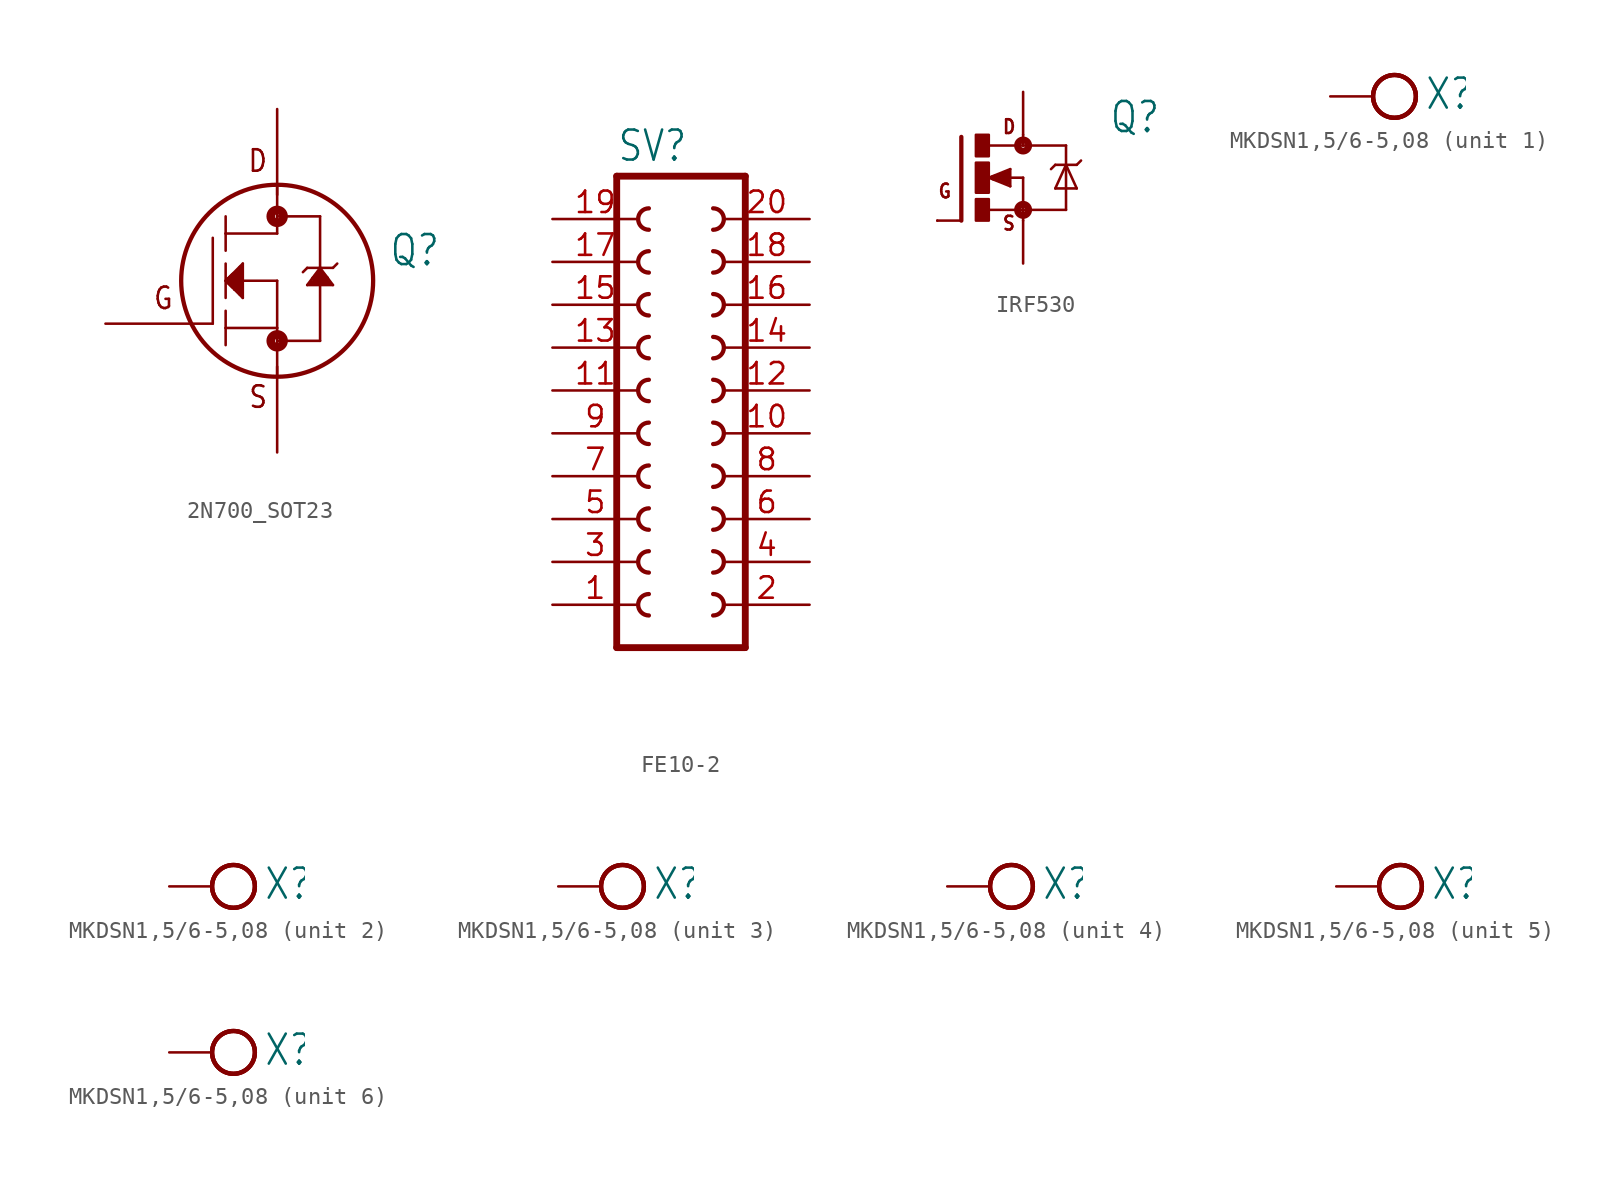
<source format=kicad_sym>
(kicad_symbol_lib
  (version 20220914)
  (generator kicad_symbol_editor)
  (symbol "2N700_SOT23"
    (property "Reference" "Q"
      (at 6.604 0.762 0)
      (effects (font (size 1.778 1.511)) (justify left bottom)))
    (property "Value" ""
      (at 6.604 -1.524 0)
      (effects (font (size 1.778 1.511)) (justify left bottom)))
    (property "ki_locked" ""
      (at 0 0 0)
      (effects (font (size 1.27 1.27))))
    (symbol "2N700_SOT23_1_0"
      (circle (center 0 -3.556) (radius 0.127) (stroke (width 0.508) (type solid)) (fill (type none)))
      (polyline (pts (xy -5.08 -2.54) (xy -3.81 -2.54)) (stroke (width 0.152) (type solid)) (fill (type none)))
      (polyline (pts (xy -3.81 -2.54) (xy -3.81 2.54)) (stroke (width 0.152) (type solid)) (fill (type none)))
      (polyline (pts (xy -3.048 -2.794) (xy -3.048 -3.81)) (stroke (width 0.152) (type solid)) (fill (type none)))
      (polyline (pts (xy -3.048 -2.794) (xy 0 -2.794)) (stroke (width 0.152) (type solid)) (fill (type none)))
      (polyline (pts (xy -3.048 -1.778) (xy -3.048 -2.794)) (stroke (width 0.152) (type solid)) (fill (type none)))
      (polyline (pts (xy -3.048 0) (xy -3.048 -1.016)) (stroke (width 0.152) (type solid)) (fill (type none)))
      (polyline (pts (xy -3.048 0) (xy -2.032 1.016)) (stroke (width 0.152) (type solid)) (fill (type none)))
      (polyline (pts (xy -3.048 1.016) (xy -3.048 0)) (stroke (width 0.152) (type solid)) (fill (type none)))
      (polyline (pts (xy -3.048 1.778) (xy -3.048 2.794)) (stroke (width 0.152) (type solid)) (fill (type none)))
      (polyline (pts (xy -3.048 2.794) (xy -3.048 3.81)) (stroke (width 0.152) (type solid)) (fill (type none)))
      (polyline (pts (xy -3.048 2.794) (xy 0 2.794)) (stroke (width 0.152) (type solid)) (fill (type none)))
      (polyline (pts (xy -2.794 0) (xy -2.54 0.254)) (stroke (width 0.508) (type solid)) (fill (type none)))
      (polyline (pts (xy -2.54 -0.508) (xy -3.048 0)) (stroke (width 0.152) (type solid)) (fill (type none)))
      (polyline (pts (xy -2.54 -0.508) (xy -2.54 -0.254)) (stroke (width 0.152) (type solid)) (fill (type none)))
      (polyline (pts (xy -2.54 -0.254) (xy -2.794 0)) (stroke (width 0.508) (type solid)) (fill (type none)))
      (polyline (pts (xy -2.413 0.381) (xy -2.413 -0.381)) (stroke (width 0.381) (type solid)) (fill (type none)))
      (polyline (pts (xy -2.286 0.508) (xy -2.286 -0.508)) (stroke (width 0.305) (type solid)) (fill (type none)))
      (polyline (pts (xy -2.159 -0.762) (xy -2.159 0.762)) (stroke (width 0.305) (type solid)) (fill (type none)))
      (polyline (pts (xy -2.032 -1.016) (xy -2.54 -0.508)) (stroke (width 0.152) (type solid)) (fill (type none)))
      (polyline (pts (xy -2.032 0) (xy -2.032 -1.016)) (stroke (width 0.152) (type solid)) (fill (type none)))
      (polyline (pts (xy -2.032 0) (xy 0 0)) (stroke (width 0.152) (type solid)) (fill (type none)))
      (polyline (pts (xy -2.032 1.016) (xy -2.032 0)) (stroke (width 0.152) (type solid)) (fill (type none)))
      (polyline (pts (xy 0 -3.556) (xy 0 -5.588)) (stroke (width 0.152) (type solid)) (fill (type none)))
      (polyline (pts (xy 0 -2.794) (xy 0 -3.556)) (stroke (width 0.152) (type solid)) (fill (type none)))
      (polyline (pts (xy 0 0) (xy 0 -2.794)) (stroke (width 0.152) (type solid)) (fill (type none)))
      (polyline (pts (xy 0 2.794) (xy 0 3.81)) (stroke (width 0.152) (type solid)) (fill (type none)))
      (polyline (pts (xy 0 3.81) (xy 0 5.588)) (stroke (width 0.152) (type solid)) (fill (type none)))
      (polyline (pts (xy 0 3.81) (xy 2.54 3.81)) (stroke (width 0.152) (type solid)) (fill (type none)))
      (polyline (pts (xy 1.778 -0.254) (xy 3.302 -0.254)) (stroke (width 0.152) (type solid)) (fill (type none)))
      (polyline (pts (xy 1.778 0.762) (xy 1.524 0.508)) (stroke (width 0.152) (type solid)) (fill (type none)))
      (polyline (pts (xy 2.159 0.127) (xy 2.54 0.127)) (stroke (width 0.305) (type solid)) (fill (type none)))
      (polyline (pts (xy 2.286 0.254) (xy 2.413 0.381)) (stroke (width 0.305) (type solid)) (fill (type none)))
      (polyline (pts (xy 2.54 -3.556) (xy 0 -3.556)) (stroke (width 0.152) (type solid)) (fill (type none)))
      (polyline (pts (xy 2.54 -0.127) (xy 2.032 -0.127)) (stroke (width 0.305) (type solid)) (fill (type none)))
      (polyline (pts (xy 2.54 -0.127) (xy 2.54 -3.556)) (stroke (width 0.152) (type solid)) (fill (type none)))
      (polyline (pts (xy 2.54 -0.127) (xy 3.048 -0.127)) (stroke (width 0.305) (type solid)) (fill (type none)))
      (polyline (pts (xy 2.54 0.127) (xy 2.54 -0.127)) (stroke (width 0.203) (type solid)) (fill (type none)))
      (polyline (pts (xy 2.54 0.127) (xy 2.921 0.127)) (stroke (width 0.305) (type solid)) (fill (type none)))
      (polyline (pts (xy 2.54 0.508) (xy 2.54 0.127)) (stroke (width 0.305) (type solid)) (fill (type none)))
      (polyline (pts (xy 2.54 0.762) (xy 1.778 -0.254)) (stroke (width 0.152) (type solid)) (fill (type none)))
      (polyline (pts (xy 2.54 0.762) (xy 1.778 0.762)) (stroke (width 0.152) (type solid)) (fill (type none)))
      (polyline (pts (xy 2.54 0.762) (xy 2.54 0.508)) (stroke (width 0.203) (type solid)) (fill (type none)))
      (polyline (pts (xy 2.54 0.762) (xy 3.302 0.762)) (stroke (width 0.152) (type solid)) (fill (type none)))
      (polyline (pts (xy 2.54 3.81) (xy 2.54 0.762)) (stroke (width 0.152) (type solid)) (fill (type none)))
      (polyline (pts (xy 2.921 0.127) (xy 2.54 0.508)) (stroke (width 0.305) (type solid)) (fill (type none)))
      (polyline (pts (xy 3.302 -0.254) (xy 2.54 0.762)) (stroke (width 0.152) (type solid)) (fill (type none)))
      (polyline (pts (xy 3.302 0.762) (xy 3.556 1.016)) (stroke (width 0.152) (type solid)) (fill (type none)))
      (circle (center 0 0) (radius 5.68) (stroke (width 0.254) (type solid)) (fill (type none)))
      (circle (center 0 3.81) (radius 0.127) (stroke (width 0.508) (type solid)) (fill (type none)))
      (text "D" (at -0.508 6.35 0) (effects (font (size 1.27 1.079)) (justify right bottom)))
      (text "G" (at -6.096 -1.778 0) (effects (font (size 1.27 1.079)) (justify right bottom)))
      (text "S" (at -0.508 -7.62 0) (effects (font (size 1.27 1.079)) (justify right bottom)))
      (pin tri_state line (at -10.16 -2.54 0) (length 5.08) (name "G" (effects (font (size 0 0)))) (number "1" (effects (font (size 0 0)))))
      (pin bidirectional line (at 0 -10.16 90) (length 5.08) (name "S" (effects (font (size 0 0)))) (number "2" (effects (font (size 0 0)))))
      (pin bidirectional line (at 0 10.16 270) (length 5.08) (name "D" (effects (font (size 0 0)))) (number "3" (effects (font (size 0 0)))))))
  (symbol "FE10-2"
    (property "Reference" "SV"
      (at -3.81 16.002 0)
      (effects (font (size 1.778 1.511)) (justify left bottom)))
    (property "Value" ""
      (at -3.81 -15.24 0)
      (effects (font (size 1.778 1.511)) (justify left bottom)))
    (property "ki_locked" ""
      (at 0 0 0)
      (effects (font (size 1.27 1.27))))
    (symbol "FE10-2_1_0"
      (arc (start -1.905 -9.525) (mid -2.54 -10.16) (end -1.905 -10.795) (stroke (width 0.254) (type solid)) (fill (type none)))
      (arc (start -1.905 -6.985) (mid -2.54 -7.62) (end -1.905 -8.255) (stroke (width 0.254) (type solid)) (fill (type none)))
      (arc (start -1.905 -4.445) (mid -2.54 -5.08) (end -1.905 -5.715) (stroke (width 0.254) (type solid)) (fill (type none)))
      (arc (start -1.905 -1.905) (mid -2.54 -2.54) (end -1.905 -3.175) (stroke (width 0.254) (type solid)) (fill (type none)))
      (arc (start -1.905 0.635) (mid -2.54 0) (end -1.905 -0.635) (stroke (width 0.254) (type solid)) (fill (type none)))
      (arc (start -1.905 3.175) (mid -2.54 2.54) (end -1.905 1.905) (stroke (width 0.254) (type solid)) (fill (type none)))
      (arc (start -1.905 5.715) (mid -2.54 5.08) (end -1.905 4.445) (stroke (width 0.254) (type solid)) (fill (type none)))
      (arc (start -1.905 8.255) (mid -2.54 7.62) (end -1.905 6.985) (stroke (width 0.254) (type solid)) (fill (type none)))
      (arc (start -1.905 10.795) (mid -2.54 10.16) (end -1.905 9.525) (stroke (width 0.254) (type solid)) (fill (type none)))
      (arc (start -1.905 13.335) (mid -2.54 12.7) (end -1.905 12.065) (stroke (width 0.254) (type solid)) (fill (type none)))
      (polyline (pts (xy -3.81 15.24) (xy -3.81 -12.7)) (stroke (width 0.406) (type solid)) (fill (type none)))
      (polyline (pts (xy -3.81 15.24) (xy 3.81 15.24)) (stroke (width 0.406) (type solid)) (fill (type none)))
      (polyline (pts (xy 3.81 -12.7) (xy -3.81 -12.7)) (stroke (width 0.406) (type solid)) (fill (type none)))
      (polyline (pts (xy 3.81 -12.7) (xy 3.81 15.24)) (stroke (width 0.406) (type solid)) (fill (type none)))
      (arc (start 1.905 -10.795) (mid 2.54 -10.16) (end 1.905 -9.525) (stroke (width 0.254) (type solid)) (fill (type none)))
      (arc (start 1.905 -8.255) (mid 2.54 -7.62) (end 1.905 -6.985) (stroke (width 0.254) (type solid)) (fill (type none)))
      (arc (start 1.905 -5.715) (mid 2.54 -5.08) (end 1.905 -4.445) (stroke (width 0.254) (type solid)) (fill (type none)))
      (arc (start 1.905 -3.175) (mid 2.54 -2.54) (end 1.905 -1.905) (stroke (width 0.254) (type solid)) (fill (type none)))
      (arc (start 1.905 -0.635) (mid 2.54 0) (end 1.905 0.635) (stroke (width 0.254) (type solid)) (fill (type none)))
      (arc (start 1.905 1.905) (mid 2.54 2.54) (end 1.905 3.175) (stroke (width 0.254) (type solid)) (fill (type none)))
      (arc (start 1.905 4.445) (mid 2.54 5.08) (end 1.905 5.715) (stroke (width 0.254) (type solid)) (fill (type none)))
      (arc (start 1.905 6.985) (mid 2.54 7.62) (end 1.905 8.255) (stroke (width 0.254) (type solid)) (fill (type none)))
      (arc (start 1.905 9.525) (mid 2.54 10.16) (end 1.905 10.795) (stroke (width 0.254) (type solid)) (fill (type none)))
      (arc (start 1.905 12.065) (mid 2.54 12.7) (end 1.905 13.335) (stroke (width 0.254) (type solid)) (fill (type none)))
      (pin passive line (at -7.62 -10.16 0) (length 5.08) (name "1" (effects (font (size 0 0)))) (number "1" (effects (font (size 1.27 1.27)))))
      (pin passive line (at 7.62 0 180) (length 5.08) (name "10" (effects (font (size 0 0)))) (number "10" (effects (font (size 1.27 1.27)))))
      (pin passive line (at -7.62 2.54 0) (length 5.08) (name "11" (effects (font (size 0 0)))) (number "11" (effects (font (size 1.27 1.27)))))
      (pin passive line (at 7.62 2.54 180) (length 5.08) (name "12" (effects (font (size 0 0)))) (number "12" (effects (font (size 1.27 1.27)))))
      (pin passive line (at -7.62 5.08 0) (length 5.08) (name "13" (effects (font (size 0 0)))) (number "13" (effects (font (size 1.27 1.27)))))
      (pin passive line (at 7.62 5.08 180) (length 5.08) (name "14" (effects (font (size 0 0)))) (number "14" (effects (font (size 1.27 1.27)))))
      (pin passive line (at -7.62 7.62 0) (length 5.08) (name "15" (effects (font (size 0 0)))) (number "15" (effects (font (size 1.27 1.27)))))
      (pin passive line (at 7.62 7.62 180) (length 5.08) (name "16" (effects (font (size 0 0)))) (number "16" (effects (font (size 1.27 1.27)))))
      (pin passive line (at -7.62 10.16 0) (length 5.08) (name "17" (effects (font (size 0 0)))) (number "17" (effects (font (size 1.27 1.27)))))
      (pin passive line (at 7.62 10.16 180) (length 5.08) (name "18" (effects (font (size 0 0)))) (number "18" (effects (font (size 1.27 1.27)))))
      (pin passive line (at -7.62 12.7 0) (length 5.08) (name "19" (effects (font (size 0 0)))) (number "19" (effects (font (size 1.27 1.27)))))
      (pin passive line (at 7.62 -10.16 180) (length 5.08) (name "2" (effects (font (size 0 0)))) (number "2" (effects (font (size 1.27 1.27)))))
      (pin passive line (at 7.62 12.7 180) (length 5.08) (name "20" (effects (font (size 0 0)))) (number "20" (effects (font (size 1.27 1.27)))))
      (pin passive line (at -7.62 -7.62 0) (length 5.08) (name "3" (effects (font (size 0 0)))) (number "3" (effects (font (size 1.27 1.27)))))
      (pin passive line (at 7.62 -7.62 180) (length 5.08) (name "4" (effects (font (size 0 0)))) (number "4" (effects (font (size 1.27 1.27)))))
      (pin passive line (at -7.62 -5.08 0) (length 5.08) (name "5" (effects (font (size 0 0)))) (number "5" (effects (font (size 1.27 1.27)))))
      (pin passive line (at 7.62 -5.08 180) (length 5.08) (name "6" (effects (font (size 0 0)))) (number "6" (effects (font (size 1.27 1.27)))))
      (pin passive line (at -7.62 -2.54 0) (length 5.08) (name "7" (effects (font (size 0 0)))) (number "7" (effects (font (size 1.27 1.27)))))
      (pin passive line (at 7.62 -2.54 180) (length 5.08) (name "8" (effects (font (size 0 0)))) (number "8" (effects (font (size 1.27 1.27)))))
      (pin passive line (at -7.62 0 0) (length 5.08) (name "9" (effects (font (size 0 0)))) (number "9" (effects (font (size 1.27 1.27)))))))
  (symbol "IRF530"
    (property "Reference" "Q"
      (at 7.62 2.54 0)
      (effects (font (size 1.778 1.511)) (justify left bottom)))
    (property "Value" ""
      (at 7.62 0 0)
      (effects (font (size 1.778 1.511)) (justify left bottom)))
    (property "ki_locked" ""
      (at 0 0 0)
      (effects (font (size 1.27 1.27))))
    (symbol "IRF530_1_0"
      (rectangle (start -0.254 -2.54) (end 0.508 -1.27) (stroke (width 0) (type default)) (fill (type outline)))
      (rectangle (start -0.254 -0.889) (end 0.508 0.889) (stroke (width 0) (type default)) (fill (type outline)))
      (rectangle (start -0.254 1.27) (end 0.508 2.54) (stroke (width 0) (type default)) (fill (type outline)))
      (polyline (pts (xy -1.118 -2.54) (xy -2.54 -2.54)) (stroke (width 0.152) (type solid)) (fill (type none)))
      (polyline (pts (xy -1.118 2.413) (xy -1.118 -2.54)) (stroke (width 0.254) (type solid)) (fill (type none)))
      (polyline (pts (xy 0.508 -1.905) (xy 2.54 -1.905)) (stroke (width 0.152) (type solid)) (fill (type none)))
      (polyline (pts (xy 0.508 0) (xy 1.778 -0.508)) (stroke (width 0.152) (type solid)) (fill (type none)))
      (polyline (pts (xy 0.762 0) (xy 1.651 -0.254)) (stroke (width 0.305) (type solid)) (fill (type none)))
      (polyline (pts (xy 1.651 -0.254) (xy 1.651 0)) (stroke (width 0.305) (type solid)) (fill (type none)))
      (polyline (pts (xy 1.651 0) (xy 1.397 0)) (stroke (width 0.305) (type solid)) (fill (type none)))
      (polyline (pts (xy 1.651 0) (xy 2.54 0)) (stroke (width 0.152) (type solid)) (fill (type none)))
      (polyline (pts (xy 1.651 0.254) (xy 0.762 0)) (stroke (width 0.305) (type solid)) (fill (type none)))
      (polyline (pts (xy 1.778 -0.508) (xy 1.778 0.508)) (stroke (width 0.152) (type solid)) (fill (type none)))
      (polyline (pts (xy 1.778 0.508) (xy 0.508 0)) (stroke (width 0.152) (type solid)) (fill (type none)))
      (polyline (pts (xy 2.54 -1.905) (xy 2.54 -2.54)) (stroke (width 0.152) (type solid)) (fill (type none)))
      (polyline (pts (xy 2.54 0) (xy 2.54 -1.905)) (stroke (width 0.152) (type solid)) (fill (type none)))
      (polyline (pts (xy 2.54 1.905) (xy 0.533 1.905)) (stroke (width 0.152) (type solid)) (fill (type none)))
      (polyline (pts (xy 2.54 1.905) (xy 5.08 1.905)) (stroke (width 0.152) (type solid)) (fill (type none)))
      (polyline (pts (xy 2.54 2.54) (xy 2.54 1.905)) (stroke (width 0.152) (type solid)) (fill (type none)))
      (polyline (pts (xy 4.445 -0.635) (xy 5.715 -0.635)) (stroke (width 0.152) (type solid)) (fill (type none)))
      (polyline (pts (xy 4.445 0.762) (xy 4.191 0.508)) (stroke (width 0.152) (type solid)) (fill (type none)))
      (polyline (pts (xy 4.445 0.762) (xy 5.08 0.762)) (stroke (width 0.152) (type solid)) (fill (type none)))
      (polyline (pts (xy 5.08 -1.905) (xy 2.54 -1.905)) (stroke (width 0.152) (type solid)) (fill (type none)))
      (polyline (pts (xy 5.08 0.762) (xy 4.445 -0.635)) (stroke (width 0.152) (type solid)) (fill (type none)))
      (polyline (pts (xy 5.08 0.762) (xy 5.08 -1.905)) (stroke (width 0.152) (type solid)) (fill (type none)))
      (polyline (pts (xy 5.08 0.762) (xy 5.715 0.762)) (stroke (width 0.152) (type solid)) (fill (type none)))
      (polyline (pts (xy 5.08 1.905) (xy 5.08 0.762)) (stroke (width 0.152) (type solid)) (fill (type none)))
      (polyline (pts (xy 5.715 -0.635) (xy 5.08 0.762)) (stroke (width 0.152) (type solid)) (fill (type none)))
      (polyline (pts (xy 5.715 0.762) (xy 5.969 1.016)) (stroke (width 0.152) (type solid)) (fill (type none)))
      (circle (center 2.54 -1.905) (radius 0.127) (stroke (width 0.406) (type solid)) (fill (type none)))
      (circle (center 2.54 1.905) (radius 0.127) (stroke (width 0.406) (type solid)) (fill (type none)))
      (text "D" (at 1.27 2.54 0) (effects (font (size 0.813 0.691)) (justify left bottom)))
      (text "G" (at -2.54 -1.27 0) (effects (font (size 0.813 0.691)) (justify left bottom)))
      (text "S" (at 1.27 -3.175 0) (effects (font (size 0.813 0.691)) (justify left bottom)))
      (pin passive line (at 2.54 5.08 270) (length 2.54) (name "D" (effects (font (size 0 0)))) (number "D" (effects (font (size 0 0)))))
      (pin passive line (at -2.54 -2.54 0) (length 0) (name "G" (effects (font (size 0 0)))) (number "G" (effects (font (size 0 0)))))
      (pin passive line (at 2.54 -5.08 90) (length 2.54) (name "S" (effects (font (size 0 0)))) (number "S" (effects (font (size 0 0)))))))
  (symbol "MKDSN1,5/6-5,08"
    (property "Reference" "X"
      (at 3.048 -0.889 0)
      (effects (font (size 1.778 1.511)) (justify left bottom)))
    (property "ki_locked" ""
      (at 0 0 0)
      (effects (font (size 1.27 1.27))))
    (symbol "MKDSN1,5/6-5,08_1_0"
      (circle (center 1.27 0) (radius 1.27) (stroke (width 0.254) (type solid)) (fill (type none)))
      (circle (center 1.27 0) (radius 1.27) (stroke (width 0.254) (type solid)) (fill (type none)))
      (circle (center 1.27 0) (radius 1.27) (stroke (width 0.254) (type solid)) (fill (type none)))
      (pin passive line (at -2.54 0 0) (length 2.54) (name "KL" (effects (font (size 0 0)))) (number "1" (effects (font (size 0 0))))))
    (symbol "MKDSN1,5/6-5,08_2_0"
      (circle (center 1.27 0) (radius 1.27) (stroke (width 0.254) (type solid)) (fill (type none)))
      (circle (center 1.27 0) (radius 1.27) (stroke (width 0.254) (type solid)) (fill (type none)))
      (circle (center 1.27 0) (radius 1.27) (stroke (width 0.254) (type solid)) (fill (type none)))
      (pin passive line (at -2.54 0 0) (length 2.54) (name "KL" (effects (font (size 0 0)))) (number "2" (effects (font (size 0 0))))))
    (symbol "MKDSN1,5/6-5,08_3_0"
      (circle (center 1.27 0) (radius 1.27) (stroke (width 0.254) (type solid)) (fill (type none)))
      (circle (center 1.27 0) (radius 1.27) (stroke (width 0.254) (type solid)) (fill (type none)))
      (circle (center 1.27 0) (radius 1.27) (stroke (width 0.254) (type solid)) (fill (type none)))
      (pin passive line (at -2.54 0 0) (length 2.54) (name "KL" (effects (font (size 0 0)))) (number "3" (effects (font (size 0 0))))))
    (symbol "MKDSN1,5/6-5,08_4_0"
      (circle (center 1.27 0) (radius 1.27) (stroke (width 0.254) (type solid)) (fill (type none)))
      (circle (center 1.27 0) (radius 1.27) (stroke (width 0.254) (type solid)) (fill (type none)))
      (circle (center 1.27 0) (radius 1.27) (stroke (width 0.254) (type solid)) (fill (type none)))
      (pin passive line (at -2.54 0 0) (length 2.54) (name "KL" (effects (font (size 0 0)))) (number "4" (effects (font (size 0 0))))))
    (symbol "MKDSN1,5/6-5,08_5_0"
      (circle (center 1.27 0) (radius 1.27) (stroke (width 0.254) (type solid)) (fill (type none)))
      (circle (center 1.27 0) (radius 1.27) (stroke (width 0.254) (type solid)) (fill (type none)))
      (circle (center 1.27 0) (radius 1.27) (stroke (width 0.254) (type solid)) (fill (type none)))
      (pin passive line (at -2.54 0 0) (length 2.54) (name "KL" (effects (font (size 0 0)))) (number "5" (effects (font (size 0 0))))))
    (symbol "MKDSN1,5/6-5,08_6_0"
      (circle (center 1.27 0) (radius 1.27) (stroke (width 0.254) (type solid)) (fill (type none)))
      (circle (center 1.27 0) (radius 1.27) (stroke (width 0.254) (type solid)) (fill (type none)))
      (circle (center 1.27 0) (radius 1.27) (stroke (width 0.254) (type solid)) (fill (type none)))
      (pin passive line (at -2.54 0 0) (length 2.54) (name "KL" (effects (font (size 0 0)))) (number "6" (effects (font (size 0 0))))))))
</source>
